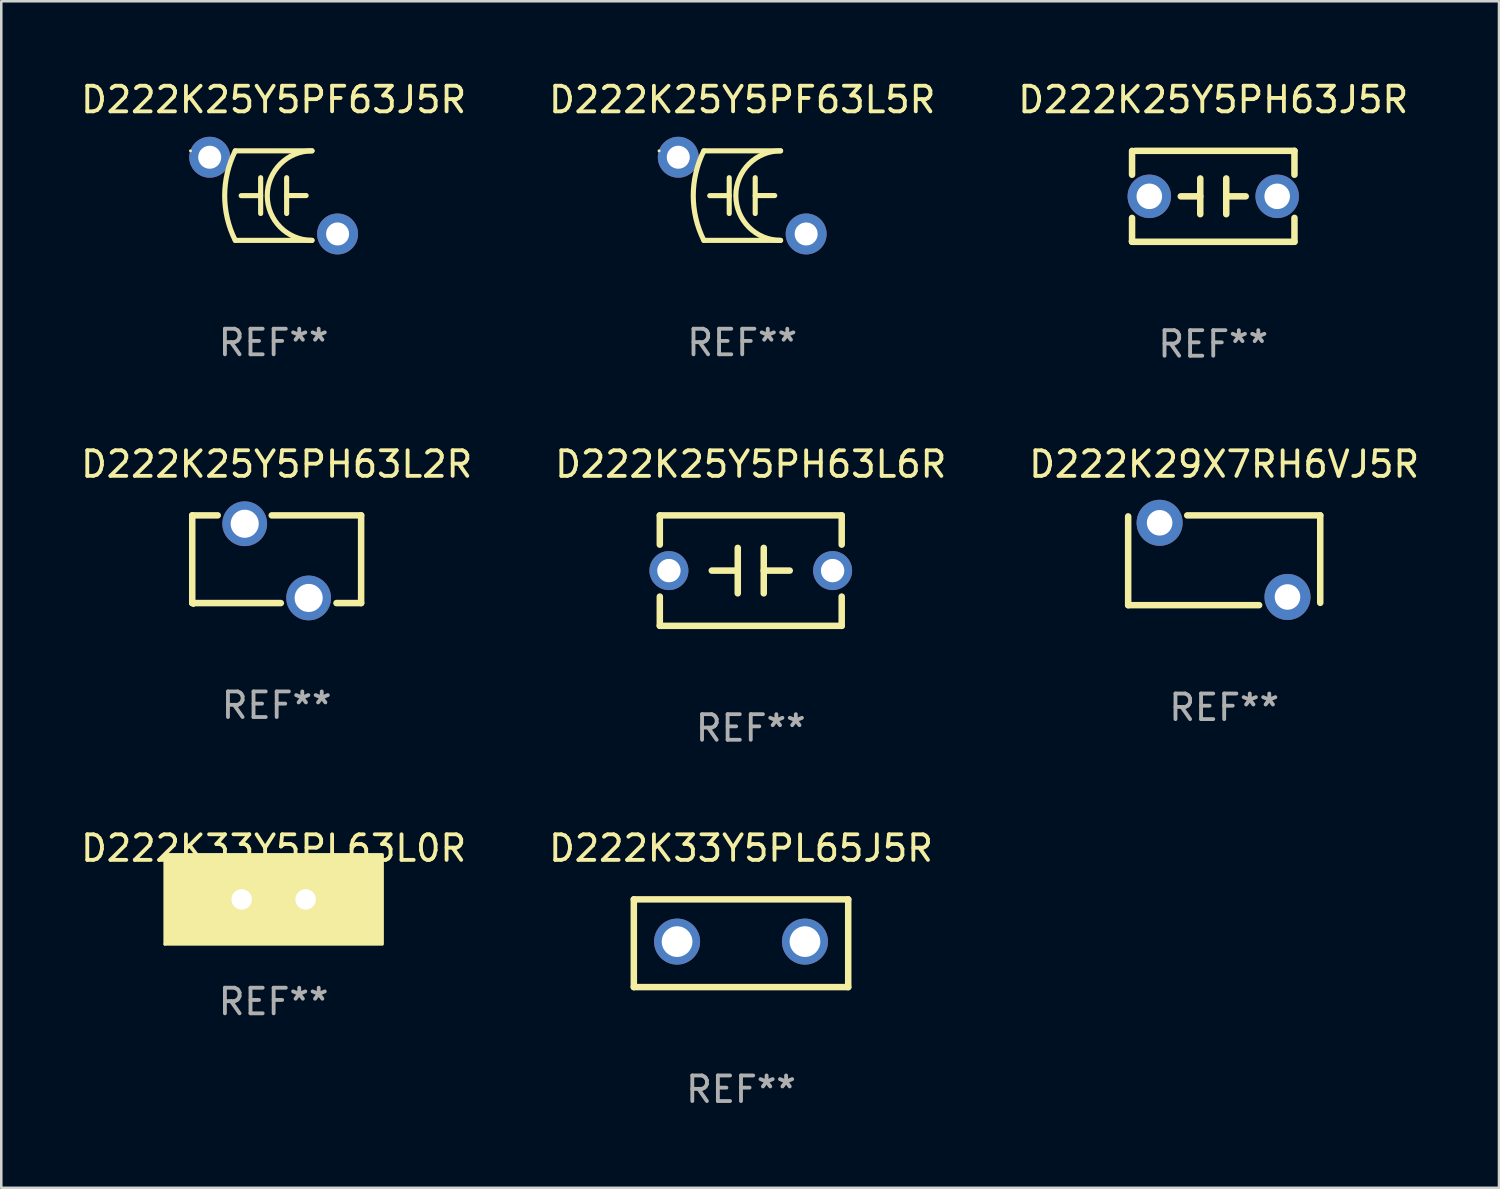
<source format=kicad_pcb>
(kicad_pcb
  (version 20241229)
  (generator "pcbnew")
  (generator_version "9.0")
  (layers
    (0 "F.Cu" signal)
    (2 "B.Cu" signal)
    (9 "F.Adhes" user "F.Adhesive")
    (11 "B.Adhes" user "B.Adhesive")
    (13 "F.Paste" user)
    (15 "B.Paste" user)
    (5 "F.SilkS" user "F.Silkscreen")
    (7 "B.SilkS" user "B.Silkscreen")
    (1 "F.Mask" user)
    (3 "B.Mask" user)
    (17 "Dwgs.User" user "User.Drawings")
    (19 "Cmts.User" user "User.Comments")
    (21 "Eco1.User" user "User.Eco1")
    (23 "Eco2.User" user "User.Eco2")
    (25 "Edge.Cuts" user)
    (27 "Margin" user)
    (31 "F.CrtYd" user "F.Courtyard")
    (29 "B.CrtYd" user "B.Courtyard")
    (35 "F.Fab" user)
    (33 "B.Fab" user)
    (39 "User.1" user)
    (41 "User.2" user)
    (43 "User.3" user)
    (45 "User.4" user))
  (footprint "D222K29X7RH6VJ5R"
    (layer "F.Cu")
    (at 44.815 18.856)
    (property "Reference" "D222K29X7RH6VJ5R" (at 0 -3.755 0) (layer "F.SilkS") (effects (font (size 1 1) (thickness 0.15))))
    (attr through_hole)
    (fp_line (start -3.755 1.755) (end -3.755 -1.715) (stroke (width 0.254) (type solid)) (layer "F.SilkS"))
    (fp_line (start -3.755 1.755) (end 1.365 1.755) (stroke (width 0.254) (type solid)) (layer "F.SilkS"))
    (fp_line (start -1.445 -1.755) (end 3.755 -1.755) (stroke (width 0.254) (type solid)) (layer "F.SilkS"))
    (fp_line (start 3.755 -1.755) (end 3.755 1.665) (stroke (width 0.254) (type solid)) (layer "F.SilkS"))
    (fp_circle (center -3.775 -1.765) (end -3.745 -1.765) (stroke (width 0.06) (type solid)) (fill no) (layer "F.SilkS"))
    (fp_text user "REF**" (at 0 5.755 0) (layer "F.Fab") (effects (font (size 1 1) (thickness 0.15))))
    (pad "1" thru_hole circle (at -2.525 -1.465) (size 1.8 1.8) (drill 1) (layers "*.Cu" "*.Mask"))
    (pad "2" thru_hole circle (at 2.475 1.435) (size 1.8 1.8) (drill 1) (layers "*.Cu" "*.Mask")))
  (footprint "D222K25Y5PH63J5R"
    (layer "F.Cu")
    (at 44.387 4.626)
    (property "Reference" "D222K25Y5PH63J5R" (at 0 -3.778 0) (layer "F.SilkS") (effects (font (size 1 1) (thickness 0.15))))
    (attr through_hole)
    (fp_line (start -3.175 -1.778) (end -3.175 -0.844) (stroke (width 0.254) (type solid)) (layer "F.SilkS"))
    (fp_line (start -3.175 0.844) (end -3.175 1.778) (stroke (width 0.254) (type solid)) (layer "F.SilkS"))
    (fp_line (start -3.175 1.778) (end 3.175 1.778) (stroke (width 0.254) (type solid)) (layer "F.SilkS"))
    (fp_line (start -0.508 -0.699) (end -0.508 0.699) (stroke (width 0.254) (type solid)) (layer "F.SilkS"))
    (fp_line (start -0.508 0.001) (end -1.27 0.001) (stroke (width 0.254) (type solid)) (layer "F.SilkS"))
    (fp_line (start 0.508 0.001) (end 1.27 0.001) (stroke (width 0.254) (type solid)) (layer "F.SilkS"))
    (fp_line (start 0.508 0.699) (end 0.508 -0.699) (stroke (width 0.254) (type solid)) (layer "F.SilkS"))
    (fp_line (start 3.175 -1.778) (end -3.048 -1.778) (stroke (width 0.254) (type solid)) (layer "F.SilkS"))
    (fp_line (start 3.175 -0.844) (end 3.175 -1.778) (stroke (width 0.254) (type solid)) (layer "F.SilkS"))
    (fp_line (start 3.175 1.778) (end 3.175 0.844) (stroke (width 0.254) (type solid)) (layer "F.SilkS"))
    (fp_circle (center -3.25 1.75) (end -3.22 1.75) (stroke (width 0.06) (type solid)) (fill no) (layer "F.SilkS"))
    (fp_text user "REF**" (at 0 5.778 0) (layer "F.Fab") (effects (font (size 1 1) (thickness 0.15))))
    (pad "1" thru_hole circle (at -2.5 0) (size 1.7 1.7) (drill 1) (layers "*.Cu" "*.Mask"))
    (pad "2" thru_hole circle (at 2.5 0) (size 1.7 1.7) (drill 1) (layers "*.Cu" "*.Mask")))
  (footprint "D222K33Y5PL63L0R"
    (layer "F.Cu")
    (at 7.649 32.115)
    (property "Reference" "D222K33Y5PL63L0R" (at 0 -2 0) (layer "F.SilkS") (effects (font (size 1 1) (thickness 0.15))))
    (attr through_hole)
    (fp_circle (center -4.25 1.75) (end -4.22 1.75) (stroke (width 0.06) (type solid)) (fill no) (layer "F.SilkS"))
    (fp_poly (pts (xy -4.25 -1.75) (xy 4.25 -1.75) (xy 4.25 1.75) (xy -4.25 1.75)) (stroke (width 0.12) (type solid)) (fill yes) (layer "F.SilkS"))
    (fp_text user "REF**" (at 0 4 0) (layer "F.Fab") (effects (font (size 1 1) (thickness 0.15))))
    (pad "1" thru_hole circle (at -1.25 0) (size 1.524 1.524) (drill 0.8) (layers "*.Cu" "*.Mask"))
    (pad "2" thru_hole circle (at 1.25 0) (size 1.524 1.524) (drill 0.8) (layers "*.Cu" "*.Mask")))
  (footprint "D222K25Y5PF63L5R"
    (layer "F.Cu")
    (at 25.97 4.598)
    (property "Reference" "D222K25Y5PF63L5R" (at 0 -3.75 0) (layer "F.SilkS") (effects (font (size 1 1) (thickness 0.15))))
    (attr through_hole)
    (fp_line (start -1.5 -1.75) (end 1.5 -1.75) (stroke (width 0.2) (type solid)) (layer "F.SilkS"))
    (fp_line (start -0.508 -0.7) (end -0.508 0.7) (stroke (width 0.2) (type solid)) (layer "F.SilkS"))
    (fp_line (start -0.508 0.002) (end -1.27 0.002) (stroke (width 0.2) (type solid)) (layer "F.SilkS"))
    (fp_line (start 0.508 -0.002) (end 1.27 -0.002) (stroke (width 0.2) (type solid)) (layer "F.SilkS"))
    (fp_line (start 0.508 0.7) (end 0.508 -0.7) (stroke (width 0.2) (type solid)) (layer "F.SilkS"))
    (fp_line (start 1.5 1.75) (end -1.5 1.75) (stroke (width 0.2) (type solid)) (layer "F.SilkS"))
    (fp_arc (start -1.50127 1.750064) (mid -1.914008 -0.000109) (end -1.500127 -1.750013) (stroke (width 0.2) (type solid)) (layer "F.SilkS"))
    (fp_arc (start 1.499873 1.750013) (mid -0.249022 -0.000597) (end 1.501016 -1.750063) (stroke (width 0.2) (type solid)) (layer "F.SilkS"))
    (fp_circle (center -3.251 -1.75) (end -3.221 -1.75) (stroke (width 0.06) (type solid)) (fill no) (layer "F.SilkS"))
    (fp_text user "REF**" (at 0 5.75 0) (layer "F.Fab") (effects (font (size 1 1) (thickness 0.15))))
    (pad "1" thru_hole circle (at -2.5 -1.5) (size 1.6 1.6) (drill 0.9) (layers "*.Cu" "*.Mask"))
    (pad "2" thru_hole circle (at 2.5 1.5) (size 1.6 1.6) (drill 0.9) (layers "*.Cu" "*.Mask")))
  (footprint "D222K25Y5PF63J5R"
    (layer "F.Cu")
    (at 7.649 4.598)
    (property "Reference" "D222K25Y5PF63J5R" (at 0 -3.75 0) (layer "F.SilkS") (effects (font (size 1 1) (thickness 0.15))))
    (attr through_hole)
    (fp_line (start -1.5 -1.75) (end 1.5 -1.75) (stroke (width 0.2) (type solid)) (layer "F.SilkS"))
    (fp_line (start -0.508 -0.7) (end -0.508 0.7) (stroke (width 0.2) (type solid)) (layer "F.SilkS"))
    (fp_line (start -0.508 0.002) (end -1.27 0.002) (stroke (width 0.2) (type solid)) (layer "F.SilkS"))
    (fp_line (start 0.508 -0.002) (end 1.27 -0.002) (stroke (width 0.2) (type solid)) (layer "F.SilkS"))
    (fp_line (start 0.508 0.7) (end 0.508 -0.7) (stroke (width 0.2) (type solid)) (layer "F.SilkS"))
    (fp_line (start 1.5 1.75) (end -1.5 1.75) (stroke (width 0.2) (type solid)) (layer "F.SilkS"))
    (fp_arc (start -1.50127 1.750064) (mid -1.914008 -0.000109) (end -1.500127 -1.750013) (stroke (width 0.2) (type solid)) (layer "F.SilkS"))
    (fp_arc (start 1.499873 1.750013) (mid -0.249022 -0.000597) (end 1.501016 -1.750063) (stroke (width 0.2) (type solid)) (layer "F.SilkS"))
    (fp_circle (center -3.251 -1.75) (end -3.221 -1.75) (stroke (width 0.06) (type solid)) (fill no) (layer "F.SilkS"))
    (fp_text user "REF**" (at 0 5.75 0) (layer "F.Fab") (effects (font (size 1 1) (thickness 0.15))))
    (pad "1" thru_hole circle (at -2.5 -1.5) (size 1.6 1.6) (drill 0.9) (layers "*.Cu" "*.Mask"))
    (pad "2" thru_hole circle (at 2.5 1.5) (size 1.6 1.6) (drill 0.9) (layers "*.Cu" "*.Mask")))
  (footprint "D222K33Y5PL65J5R"
    (layer "F.Cu")
    (at 25.923 33.83)
    (property "Reference" "D222K33Y5PL65J5R" (at 0 -3.715 0) (layer "F.SilkS") (effects (font (size 1 1) (thickness 0.15))))
    (attr through_hole)
    (fp_line (start -4.191 -1.715) (end -4.191 1.715) (stroke (width 0.254) (type solid)) (layer "F.SilkS"))
    (fp_line (start -4.191 1.715) (end 4.191 1.715) (stroke (width 0.254) (type solid)) (layer "F.SilkS"))
    (fp_line (start 4.191 -1.715) (end -4.191 -1.715) (stroke (width 0.254) (type solid)) (layer "F.SilkS"))
    (fp_line (start 4.191 1.715) (end 4.191 -1.715) (stroke (width 0.254) (type solid)) (layer "F.SilkS"))
    (fp_circle (center -4.25 1.687) (end -4.22 1.687) (stroke (width 0.06) (type solid)) (fill no) (layer "F.SilkS"))
    (fp_text user "REF**" (at 0 5.715 0) (layer "F.Fab") (effects (font (size 1 1) (thickness 0.15))))
    (pad "1" thru_hole circle (at -2.5 -0.064) (size 1.8 1.8) (drill 1.2) (layers "*.Cu" "*.Mask"))
    (pad "2" thru_hole circle (at 2.5 -0.064) (size 1.8 1.8) (drill 1.2) (layers "*.Cu" "*.Mask")))
  (footprint "D222K25Y5PH63L2R"
    (layer "F.Cu")
    (at 7.768 18.815)
    (property "Reference" "D222K25Y5PH63L2R" (at 0 -3.715 0) (layer "F.SilkS") (effects (font (size 1 1) (thickness 0.15))))
    (attr through_hole)
    (fp_line (start -3.302 -1.715) (end -2.306 -1.715) (stroke (width 0.254) (type solid)) (layer "F.SilkS"))
    (fp_line (start -3.302 1.715) (end -3.302 -1.715) (stroke (width 0.254) (type solid)) (layer "F.SilkS"))
    (fp_line (start -0.194 -1.715) (end 3.302 -1.715) (stroke (width 0.254) (type solid)) (layer "F.SilkS"))
    (fp_line (start 0.162 1.715) (end -3.302 1.715) (stroke (width 0.254) (type solid)) (layer "F.SilkS"))
    (fp_line (start 3.302 -1.715) (end 3.302 1.715) (stroke (width 0.254) (type solid)) (layer "F.SilkS"))
    (fp_line (start 3.302 1.715) (end 2.338 1.715) (stroke (width 0.254) (type solid)) (layer "F.SilkS"))
    (fp_circle (center -3.25 1.814) (end -3.22 1.814) (stroke (width 0.06) (type solid)) (fill no) (layer "F.SilkS"))
    (fp_text user "REF**" (at 0 5.715 0) (layer "F.Fab") (effects (font (size 1 1) (thickness 0.15))))
    (pad "1" thru_hole circle (at -1.25 -1.387) (size 1.75 1.75) (drill 1.1) (layers "*.Cu" "*.Mask"))
    (pad "2" thru_hole circle (at 1.25 1.514) (size 1.75 1.75) (drill 1.1) (layers "*.Cu" "*.Mask")))
  (footprint "D222K25Y5PH63L6R"
    (layer "F.Cu")
    (at 26.304 19.26)
    (property "Reference" "D222K25Y5PH63L6R" (at 0 -4.159 0) (layer "F.SilkS") (effects (font (size 1 1) (thickness 0.15))))
    (attr through_hole)
    (fp_line (start -3.556 -2.159) (end 3.556 -2.159) (stroke (width 0.254) (type solid)) (layer "F.SilkS"))
    (fp_line (start -3.556 -1.016) (end -3.556 -2.159) (stroke (width 0.254) (type solid)) (layer "F.SilkS"))
    (fp_line (start -3.556 2.159) (end -3.556 1.016) (stroke (width 0.254) (type solid)) (layer "F.SilkS"))
    (fp_line (start -0.508 -0.000025) (end -1.524 -0.000025) (stroke (width 0.254) (type solid)) (layer "F.SilkS"))
    (fp_line (start -0.508 0.889) (end -0.508 -0.889) (stroke (width 0.254) (type solid)) (layer "F.SilkS"))
    (fp_line (start 0.508 -0.889) (end 0.508 0.889) (stroke (width 0.254) (type solid)) (layer "F.SilkS"))
    (fp_line (start 0.508 0.000025) (end 1.524 0.000025) (stroke (width 0.254) (type solid)) (layer "F.SilkS"))
    (fp_line (start 3.556 -2.159) (end 3.556 -1.016) (stroke (width 0.254) (type solid)) (layer "F.SilkS"))
    (fp_line (start 3.556 1.016) (end 3.556 2.159) (stroke (width 0.254) (type solid)) (layer "F.SilkS"))
    (fp_line (start 3.556 2.159) (end -3.556 2.159) (stroke (width 0.254) (type solid)) (layer "F.SilkS"))
    (fp_circle (center -3.5 2) (end -3.47 2) (stroke (width 0.06) (type solid)) (fill no) (layer "F.SilkS"))
    (fp_text user "REF**" (at 0 6.159 0) (layer "F.Fab") (effects (font (size 1 1) (thickness 0.15))))
    (pad "1" thru_hole circle (at -3.2 0) (size 1.524 1.524) (drill 0.914) (layers "*.Cu" "*.Mask"))
    (pad "2" thru_hole circle (at 3.2 0) (size 1.524 1.524) (drill 0.914) (layers "*.Cu" "*.Mask")))
  (gr_rect
    (start -3 -3)
    (end 55.56 43.393)
    (stroke (width 0.1) (type default))
    (fill no)
    (layer "Edge.Cuts")))
</source>
